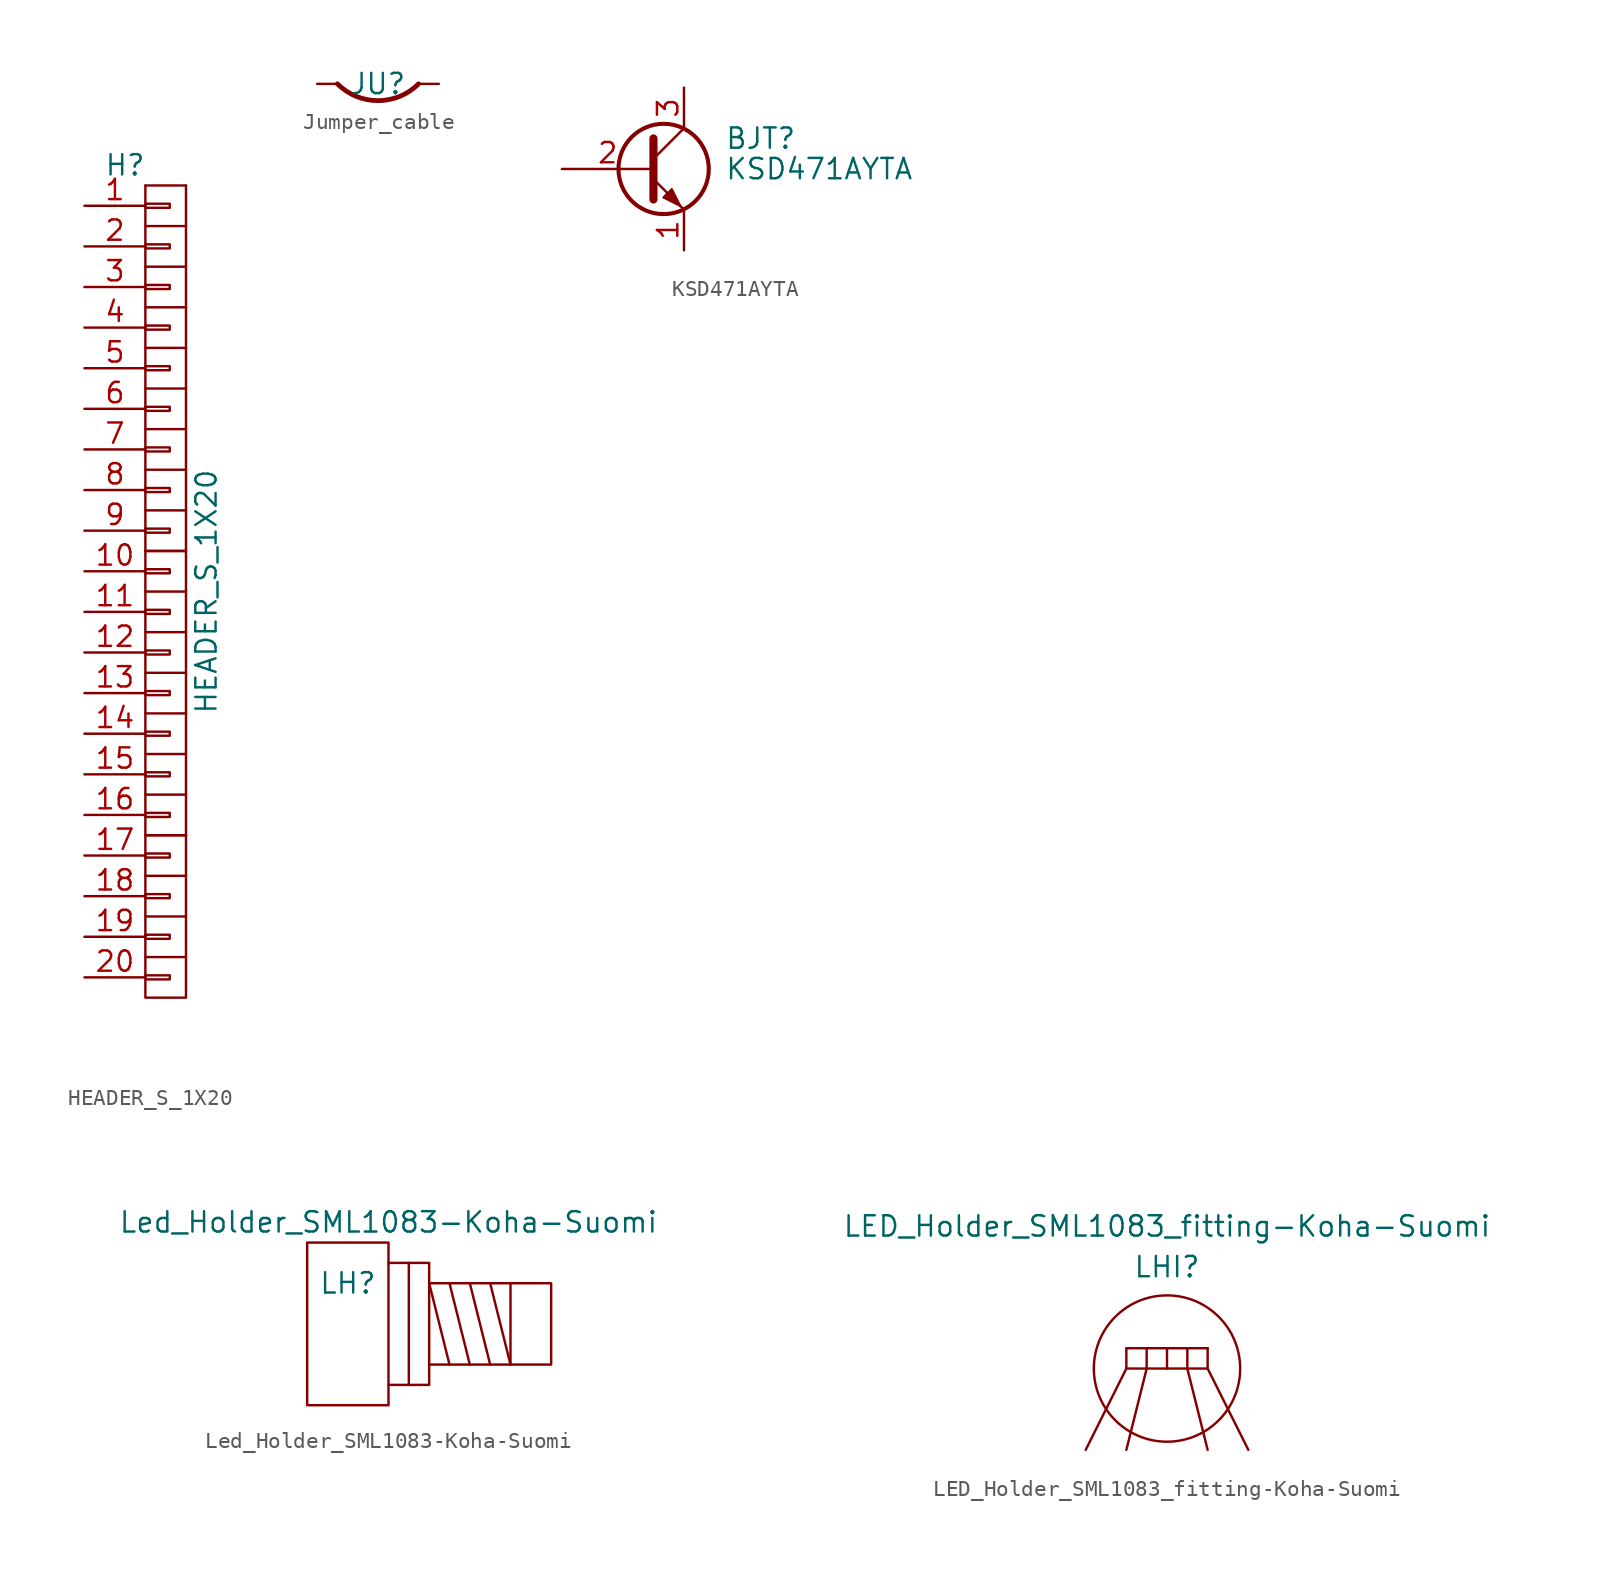
<source format=kicad_sym>
(kicad_symbol_lib
  (version 20220914)
  (generator kicad_symbol_editor)
  (symbol "HEADER_S_1X20"
    (pin_names
      (offset 1.016) hide)
    (property "Reference" "H"
      (at -2.54 26.67 0)
      (effects (font (size 1.27 1.27))))
    (property "Value" "HEADER_S_1X20"
      (at 2.54 0 90)
      (effects (font (size 1.27 1.27))))
    (property "Footprint" ""
      (at 0 12.7 0)
      (effects (font (size 1.27 1.27))))
    (property "Datasheet" ""
      (at 0 12.7 0)
      (effects (font (size 1.27 1.27))))
    (symbol "HEADER_S_1X20_0_1"
      (rectangle (start -1.27 -24.003) (end 0.254 -24.257) (stroke (width 0) (type solid)) (fill (type none)))
      (rectangle (start -1.27 -21.463) (end 0.254 -21.717) (stroke (width 0) (type solid)) (fill (type none)))
      (rectangle (start -1.27 -18.923) (end 0.254 -19.177) (stroke (width 0) (type solid)) (fill (type none)))
      (rectangle (start -1.27 -16.383) (end 0.254 -16.637) (stroke (width 0) (type solid)) (fill (type none)))
      (rectangle (start -1.27 -13.843) (end 0.254 -14.097) (stroke (width 0) (type solid)) (fill (type none)))
      (rectangle (start -1.27 -11.303) (end 0.254 -11.557) (stroke (width 0) (type solid)) (fill (type none)))
      (rectangle (start -1.27 -8.763) (end 0.254 -9.017) (stroke (width 0) (type solid)) (fill (type none)))
      (rectangle (start -1.27 -6.223) (end 0.254 -6.477) (stroke (width 0) (type solid)) (fill (type none)))
      (rectangle (start -1.27 -3.683) (end 0.254 -3.937) (stroke (width 0) (type solid)) (fill (type none)))
      (rectangle (start -1.27 -1.143) (end 0.254 -1.397) (stroke (width 0) (type solid)) (fill (type none)))
      (rectangle (start -1.27 1.397) (end 0.254 1.143) (stroke (width 0) (type solid)) (fill (type none)))
      (rectangle (start -1.27 3.937) (end 0.254 3.683) (stroke (width 0) (type solid)) (fill (type none)))
      (rectangle (start -1.27 6.477) (end 0.254 6.223) (stroke (width 0) (type solid)) (fill (type none)))
      (rectangle (start -1.27 9.017) (end 0.254 8.763) (stroke (width 0) (type solid)) (fill (type none)))
      (rectangle (start -1.27 11.557) (end 0.254 11.303) (stroke (width 0) (type solid)) (fill (type none)))
      (rectangle (start -1.27 14.097) (end 0.254 13.843) (stroke (width 0) (type solid)) (fill (type none)))
      (rectangle (start -1.27 16.637) (end 0.254 16.383) (stroke (width 0) (type solid)) (fill (type none)))
      (rectangle (start -1.27 19.177) (end 0.254 18.923) (stroke (width 0) (type solid)) (fill (type none)))
      (rectangle (start -1.27 21.717) (end 0.254 21.463) (stroke (width 0) (type solid)) (fill (type none)))
      (rectangle (start -1.27 24.257) (end 0.254 24.003) (stroke (width 0) (type solid)) (fill (type none)))
      (polyline (pts (xy 1.27 -15.24) (xy -1.27 -15.24)) (stroke (width 0) (type solid)) (fill (type none)))
      (polyline (pts (xy 1.27 2.54) (xy -1.27 2.54)) (stroke (width 0) (type solid)) (fill (type none)))
      (polyline (pts (xy 1.27 25.4) (xy -1.27 25.4)) (stroke (width 0) (type solid)) (fill (type none)))
      (polyline (pts (xy -1.27 -22.86) (xy -1.27 -25.4) (xy 1.27 -25.4) (xy 1.27 -22.86)) (stroke (width 0) (type solid)) (fill (type none)))
      (polyline (pts (xy -1.27 -17.78) (xy -1.27 -20.32) (xy 1.27 -20.32) (xy 1.27 -17.78)) (stroke (width 0) (type solid)) (fill (type none)))
      (polyline (pts (xy -1.27 -15.24) (xy -1.27 -17.78) (xy 1.27 -17.78) (xy 1.27 -15.24)) (stroke (width 0) (type solid)) (fill (type none)))
      (polyline (pts (xy -1.27 -12.7) (xy -1.27 -15.24) (xy 1.27 -15.24) (xy 1.27 -12.7)) (stroke (width 0) (type solid)) (fill (type none)))
      (polyline (pts (xy -1.27 -10.16) (xy -1.27 -12.7) (xy 1.27 -12.7) (xy 1.27 -10.16)) (stroke (width 0) (type solid)) (fill (type none)))
      (polyline (pts (xy -1.27 -7.62) (xy -1.27 -10.16) (xy 1.27 -10.16) (xy 1.27 -7.62)) (stroke (width 0) (type solid)) (fill (type none)))
      (polyline (pts (xy -1.27 -5.08) (xy -1.27 -7.62) (xy 1.27 -7.62) (xy 1.27 -5.08)) (stroke (width 0) (type solid)) (fill (type none)))
      (polyline (pts (xy -1.27 0) (xy -1.27 -2.54) (xy 1.27 -2.54) (xy 1.27 0)) (stroke (width 0) (type solid)) (fill (type none)))
      (polyline (pts (xy -1.27 2.54) (xy -1.27 0) (xy 1.27 0) (xy 1.27 2.54)) (stroke (width 0) (type solid)) (fill (type none)))
      (polyline (pts (xy -1.27 5.08) (xy -1.27 2.54) (xy 1.27 2.54) (xy 1.27 5.08)) (stroke (width 0) (type solid)) (fill (type none)))
      (polyline (pts (xy -1.27 7.62) (xy -1.27 5.08) (xy 1.27 5.08) (xy 1.27 7.62)) (stroke (width 0) (type solid)) (fill (type none)))
      (polyline (pts (xy -1.27 10.16) (xy -1.27 7.62) (xy 1.27 7.62) (xy 1.27 10.16)) (stroke (width 0) (type solid)) (fill (type none)))
      (polyline (pts (xy -1.27 15.24) (xy -1.27 12.7) (xy 1.27 12.7) (xy 1.27 15.24)) (stroke (width 0) (type solid)) (fill (type none)))
      (polyline (pts (xy -1.27 17.78) (xy -1.27 15.24) (xy 1.27 15.24) (xy 1.27 17.78)) (stroke (width 0) (type solid)) (fill (type none)))
      (polyline (pts (xy -1.27 22.86) (xy -1.27 20.32) (xy 1.27 20.32) (xy 1.27 22.86)) (stroke (width 0) (type solid)) (fill (type none)))
      (polyline (pts (xy -1.27 25.4) (xy -1.27 22.86) (xy 1.27 22.86) (xy 1.27 25.4)) (stroke (width 0) (type solid)) (fill (type none)))
      (polyline (pts (xy -1.27 -20.32) (xy -1.27 -21.59) (xy -1.27 -22.86) (xy 1.27 -22.86) (xy 1.27 -20.32)) (stroke (width 0) (type solid)) (fill (type none)))
      (polyline (pts (xy -1.27 -2.54) (xy -1.27 -3.81) (xy -1.27 -5.08) (xy 1.27 -5.08) (xy 1.27 -2.54)) (stroke (width 0) (type solid)) (fill (type none)))
      (polyline (pts (xy -1.27 12.7) (xy -1.27 10.16) (xy 0 10.16) (xy 1.27 10.16) (xy 1.27 12.7)) (stroke (width 0) (type solid)) (fill (type none)))
      (polyline (pts (xy -1.27 20.32) (xy -1.27 19.05) (xy -1.27 17.78) (xy 1.27 17.78) (xy 1.27 20.32)) (stroke (width 0) (type solid)) (fill (type none))))
    (symbol "HEADER_S_1X20_1_1"
      (pin passive line (at -5.08 24.13 0) (length 3.81) (name "P1" (effects (font (size 1.27 1.27)))) (number "1" (effects (font (size 1.27 1.27)))))
      (pin passive line (at -5.08 1.27 0) (length 3.81) (name "P10" (effects (font (size 1.27 1.27)))) (number "10" (effects (font (size 1.27 1.27)))))
      (pin passive line (at -5.08 -1.27 0) (length 3.81) (name "P11" (effects (font (size 1.27 1.27)))) (number "11" (effects (font (size 1.27 1.27)))))
      (pin passive line (at -5.08 -3.81 0) (length 3.81) (name "P12" (effects (font (size 1.27 1.27)))) (number "12" (effects (font (size 1.27 1.27)))))
      (pin passive line (at -5.08 -6.35 0) (length 3.81) (name "P13" (effects (font (size 1.27 1.27)))) (number "13" (effects (font (size 1.27 1.27)))))
      (pin passive line (at -5.08 -8.89 0) (length 3.81) (name "P14" (effects (font (size 1.27 1.27)))) (number "14" (effects (font (size 1.27 1.27)))))
      (pin passive line (at -5.08 -11.43 0) (length 3.81) (name "P15" (effects (font (size 1.27 1.27)))) (number "15" (effects (font (size 1.27 1.27)))))
      (pin passive line (at -5.08 -13.97 0) (length 3.81) (name "P16" (effects (font (size 1.27 1.27)))) (number "16" (effects (font (size 1.27 1.27)))))
      (pin passive line (at -5.08 -16.51 0) (length 3.81) (name "P17" (effects (font (size 1.27 1.27)))) (number "17" (effects (font (size 1.27 1.27)))))
      (pin passive line (at -5.08 -19.05 0) (length 3.81) (name "P18" (effects (font (size 1.27 1.27)))) (number "18" (effects (font (size 1.27 1.27)))))
      (pin passive line (at -5.08 -21.59 0) (length 3.81) (name "P19" (effects (font (size 1.27 1.27)))) (number "19" (effects (font (size 1.27 1.27)))))
      (pin passive line (at -5.08 21.59 0) (length 3.81) (name "P2" (effects (font (size 1.27 1.27)))) (number "2" (effects (font (size 1.27 1.27)))))
      (pin passive line (at -5.08 -24.13 0) (length 3.81) (name "P20" (effects (font (size 1.27 1.27)))) (number "20" (effects (font (size 1.27 1.27)))))
      (pin passive line (at -5.08 19.05 0) (length 3.81) (name "P3" (effects (font (size 1.27 1.27)))) (number "3" (effects (font (size 1.27 1.27)))))
      (pin passive line (at -5.08 16.51 0) (length 3.81) (name "P4" (effects (font (size 1.27 1.27)))) (number "4" (effects (font (size 1.27 1.27)))))
      (pin passive line (at -5.08 13.97 0) (length 3.81) (name "P5" (effects (font (size 1.27 1.27)))) (number "5" (effects (font (size 1.27 1.27)))))
      (pin passive line (at -5.08 11.43 0) (length 3.81) (name "P6" (effects (font (size 1.27 1.27)))) (number "6" (effects (font (size 1.27 1.27)))))
      (pin passive line (at -5.08 8.89 0) (length 3.81) (name "P7" (effects (font (size 1.27 1.27)))) (number "7" (effects (font (size 1.27 1.27)))))
      (pin passive line (at -5.08 6.35 0) (length 3.81) (name "P8" (effects (font (size 1.27 1.27)))) (number "8" (effects (font (size 1.27 1.27)))))
      (pin passive line (at -5.08 3.81 0) (length 3.81) (name "P9" (effects (font (size 1.27 1.27)))) (number "9" (effects (font (size 1.27 1.27)))))))
  (symbol "Jumper_cable"
    (property "Reference" "JU"
      (at 0 0 0)
      (effects (font (size 1.27 1.27))))
    (property "Value" ""
      (at 0 0 0)
      (effects (font (size 1.27 1.27))))
    (symbol "Jumper_cable_0_1"
      (polyline (pts (xy 2.54 0) (xy 3.81 0)) (stroke (width 0) (type default)) (fill (type none))))
    (symbol "Jumper_cable_1_1"
      (arc (start -2.54 0) (mid 0 -1.0521) (end 2.54 0) (stroke (width 0.3) (type default)) (fill (type none)))
      (polyline (pts (xy -2.54 0) (xy -3.81 0)) (stroke (width 0) (type default)) (fill (type none)))))
  (symbol "KSD471AYTA"
    (pin_names
      (offset 0) hide)
    (property "Reference" "BJT"
      (at 5.08 1.905 0)
      (effects (font (size 1.27 1.27)) (justify left)))
    (property "Value" "KSD471AYTA"
      (at 5.08 0 0)
      (effects (font (size 1.27 1.27)) (justify left)))
    (symbol "KSD471AYTA_0_1"
      (polyline (pts (xy 0.635 0.635) (xy 2.54 2.54)) (stroke (width 0) (type solid)) (fill (type none)))
      (polyline (pts (xy 0.635 -0.635) (xy 2.54 -2.54) (xy 2.54 -2.54)) (stroke (width 0) (type solid)) (fill (type none)))
      (polyline (pts (xy 0.635 1.905) (xy 0.635 -1.905) (xy 0.635 -1.905)) (stroke (width 0.508) (type solid)) (fill (type none)))
      (polyline (pts (xy 1.27 -1.778) (xy 1.778 -1.27) (xy 2.286 -2.286) (xy 1.27 -1.778) (xy 1.27 -1.778)) (stroke (width 0) (type solid)) (fill (type outline)))
      (circle (center 1.27 0) (radius 2.819) (stroke (width 0.254) (type solid)) (fill (type none))))
    (symbol "KSD471AYTA_1_1"
      (pin passive line (at 2.54 -5.08 90) (length 2.54) (name "E" (effects (font (size 1.27 1.27)))) (number "1" (effects (font (size 1.27 1.27)))))
      (pin passive line (at -5.08 0 0) (length 5.715) (name "B" (effects (font (size 1.27 1.27)))) (number "2" (effects (font (size 1.27 1.27)))))
      (pin passive line (at 2.54 5.08 270) (length 2.54) (name "C" (effects (font (size 1.27 1.27)))) (number "3" (effects (font (size 1.27 1.27)))))))
  (symbol "Led_Holder_SML1083-Koha-Suomi"
    (pin_names
      (offset 1.016))
    (property "Reference" "LH"
      (at -2.54 2.54 0)
      (effects (font (size 1.27 1.27))))
    (property "Value" "Led_Holder_SML1083-Koha-Suomi"
      (at 0 6.35 0)
      (effects (font (size 1.27 1.27))))
    (symbol "Led_Holder_SML1083-Koha-Suomi_0_1"
      (polyline (pts (xy 0 -3.81) (xy 0 3.81)) (stroke (width 0) (type solid)) (fill (type none)))
      (polyline (pts (xy 1.27 3.81) (xy 1.27 -3.81)) (stroke (width 0) (type solid)) (fill (type none)))
      (polyline (pts (xy 2.54 -2.54) (xy 2.54 2.54)) (stroke (width 0) (type solid)) (fill (type none)))
      (polyline (pts (xy 2.54 2.54) (xy 3.81 -2.54)) (stroke (width 0) (type solid)) (fill (type none)))
      (polyline (pts (xy 3.81 2.54) (xy 5.08 -2.54)) (stroke (width 0) (type solid)) (fill (type none)))
      (polyline (pts (xy 5.08 2.54) (xy 6.35 -2.54)) (stroke (width 0) (type solid)) (fill (type none)))
      (polyline (pts (xy 6.35 2.54) (xy 7.62 -2.54)) (stroke (width 0) (type solid)) (fill (type none)))
      (polyline (pts (xy 7.62 2.54) (xy 7.62 -2.54)) (stroke (width 0) (type solid)) (fill (type none)))
      (polyline (pts (xy -5.08 -5.08) (xy -5.08 5.08) (xy 0 5.08) (xy 0 3.81) (xy 2.54 3.81) (xy 2.54 2.54) (xy 10.16 2.54) (xy 10.16 -2.54) (xy 2.54 -2.54) (xy 2.54 -3.81) (xy 0 -3.81) (xy 0 -5.08) (xy -5.08 -5.08)) (stroke (width 0) (type solid)) (fill (type none)))))
  (symbol "LED_Holder_SML1083_fitting-Koha-Suomi"
    (pin_names
      (offset 1.016))
    (property "Reference" "LHI"
      (at 0 6.35 0)
      (effects (font (size 1.27 1.27))))
    (property "Value" "LED_Holder_SML1083_fitting-Koha-Suomi"
      (at 0 8.89 0)
      (effects (font (size 1.27 1.27))))
    (symbol "LED_Holder_SML1083_fitting-Koha-Suomi_0_1"
      (polyline (pts (xy -2.54 0) (xy -5.08 -5.08)) (stroke (width 0) (type solid)) (fill (type none)))
      (polyline (pts (xy -2.54 0) (xy -2.54 1.27)) (stroke (width 0) (type solid)) (fill (type none)))
      (polyline (pts (xy -2.54 0) (xy 2.54 0)) (stroke (width 0) (type solid)) (fill (type none)))
      (polyline (pts (xy -2.54 1.27) (xy 2.54 1.27)) (stroke (width 0) (type solid)) (fill (type none)))
      (polyline (pts (xy -1.27 0) (xy -2.54 -5.08)) (stroke (width 0) (type solid)) (fill (type none)))
      (polyline (pts (xy -1.27 0) (xy -1.27 1.27)) (stroke (width 0) (type solid)) (fill (type none)))
      (polyline (pts (xy 0 1.27) (xy 0 0)) (stroke (width 0) (type solid)) (fill (type none)))
      (polyline (pts (xy 1.27 0) (xy 1.27 1.27)) (stroke (width 0) (type solid)) (fill (type none)))
      (polyline (pts (xy 1.27 0) (xy 2.54 -5.08)) (stroke (width 0) (type solid)) (fill (type none)))
      (polyline (pts (xy 2.54 0) (xy 2.54 1.27)) (stroke (width 0) (type solid)) (fill (type none)))
      (polyline (pts (xy 2.54 0) (xy 5.08 -5.08)) (stroke (width 0) (type solid)) (fill (type none)))
      (circle (center 0 0) (radius 4.572) (stroke (width 0) (type solid)) (fill (type none))))))
</source>
